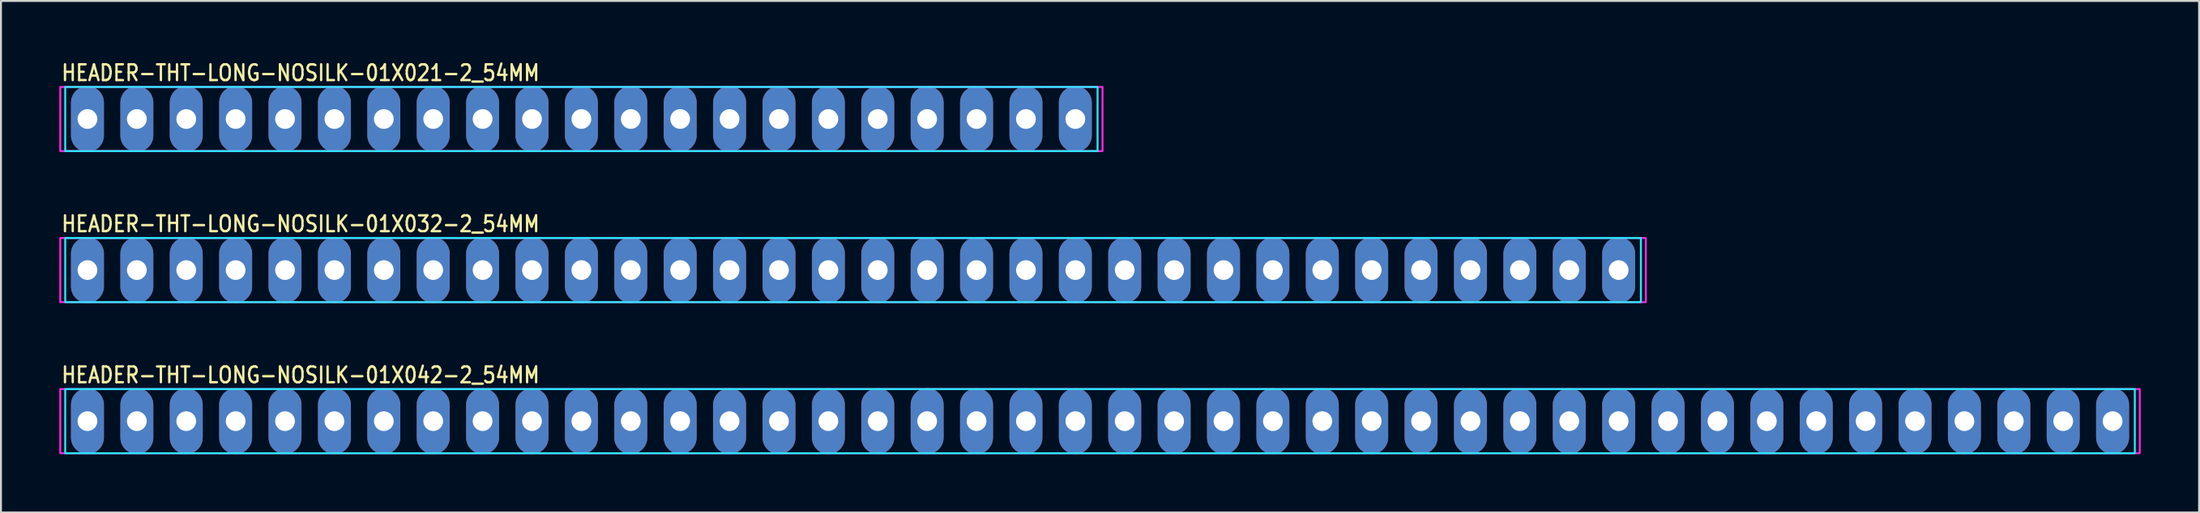
<source format=kicad_pcb>
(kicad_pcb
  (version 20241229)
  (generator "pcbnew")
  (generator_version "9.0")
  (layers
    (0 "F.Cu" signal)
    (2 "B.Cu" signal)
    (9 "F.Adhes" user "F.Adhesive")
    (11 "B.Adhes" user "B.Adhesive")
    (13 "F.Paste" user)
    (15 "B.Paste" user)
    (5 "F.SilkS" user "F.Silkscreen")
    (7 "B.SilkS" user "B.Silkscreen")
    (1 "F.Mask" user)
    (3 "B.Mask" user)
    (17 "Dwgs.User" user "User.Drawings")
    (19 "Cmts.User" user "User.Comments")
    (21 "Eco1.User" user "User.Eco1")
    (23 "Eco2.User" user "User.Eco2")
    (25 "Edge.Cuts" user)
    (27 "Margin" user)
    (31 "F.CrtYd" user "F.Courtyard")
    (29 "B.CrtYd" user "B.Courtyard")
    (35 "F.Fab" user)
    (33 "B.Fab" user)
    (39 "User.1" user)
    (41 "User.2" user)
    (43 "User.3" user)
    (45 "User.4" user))
  (footprint "HEADER-THT-LONG-NOSILK-01X032-2_54MM"
    (layer "F.Cu")
    (at 1.447 10.858)
    (property "Reference" "HEADER-THT-LONG-NOSILK-01X032-2_54MM" (at -1.4 -1.9 0) (unlocked yes) (layer "F.SilkS") (effects (font (size 0.813 0.695) (thickness 0.122)) (justify left bottom)))
    (fp_poly (pts (xy -1.143 -1.651) (xy 79.883 -1.651) (xy 79.883 1.651) (xy -1.143 1.651)) (stroke (width 0.1) (type solid)) (fill no) (layer "B.CrtYd"))
    (fp_poly (pts (xy -1.397 -1.651) (xy 80.137 -1.651) (xy 80.137 1.651) (xy -1.397 1.651)) (stroke (width 0.1) (type solid)) (fill no) (layer "F.CrtYd"))
    (pad "P$1" thru_hole oval (at 0 0 90) (size 3.387 1.693) (drill 1.016) (layers "*.Cu" "*.Mask"))
    (pad "P$2" thru_hole oval (at 2.54 0 90) (size 3.387 1.693) (drill 1.016) (layers "*.Cu" "*.Mask"))
    (pad "P$3" thru_hole oval (at 5.08 0 90) (size 3.387 1.693) (drill 1.016) (layers "*.Cu" "*.Mask"))
    (pad "P$4" thru_hole oval (at 7.62 0 90) (size 3.387 1.693) (drill 1.016) (layers "*.Cu" "*.Mask"))
    (pad "P$5" thru_hole oval (at 10.16 0 90) (size 3.387 1.693) (drill 1.016) (layers "*.Cu" "*.Mask"))
    (pad "P$6" thru_hole oval (at 12.7 0 90) (size 3.387 1.693) (drill 1.016) (layers "*.Cu" "*.Mask"))
    (pad "P$7" thru_hole oval (at 15.24 0 90) (size 3.387 1.693) (drill 1.016) (layers "*.Cu" "*.Mask"))
    (pad "P$8" thru_hole oval (at 17.78 0 90) (size 3.387 1.693) (drill 1.016) (layers "*.Cu" "*.Mask"))
    (pad "P$9" thru_hole oval (at 20.32 0 90) (size 3.387 1.693) (drill 1.016) (layers "*.Cu" "*.Mask"))
    (pad "P$10" thru_hole oval (at 22.86 0 90) (size 3.387 1.693) (drill 1.016) (layers "*.Cu" "*.Mask"))
    (pad "P$11" thru_hole oval (at 25.4 0 90) (size 3.387 1.693) (drill 1.016) (layers "*.Cu" "*.Mask"))
    (pad "P$12" thru_hole oval (at 27.94 0 90) (size 3.387 1.693) (drill 1.016) (layers "*.Cu" "*.Mask"))
    (pad "P$13" thru_hole oval (at 30.48 0 90) (size 3.387 1.693) (drill 1.016) (layers "*.Cu" "*.Mask"))
    (pad "P$14" thru_hole oval (at 33.02 0 90) (size 3.387 1.693) (drill 1.016) (layers "*.Cu" "*.Mask"))
    (pad "P$15" thru_hole oval (at 35.56 0 90) (size 3.387 1.693) (drill 1.016) (layers "*.Cu" "*.Mask"))
    (pad "P$16" thru_hole oval (at 38.1 0 90) (size 3.387 1.693) (drill 1.016) (layers "*.Cu" "*.Mask"))
    (pad "P$17" thru_hole oval (at 40.64 0 90) (size 3.387 1.693) (drill 1.016) (layers "*.Cu" "*.Mask"))
    (pad "P$18" thru_hole oval (at 43.18 0 90) (size 3.387 1.693) (drill 1.016) (layers "*.Cu" "*.Mask"))
    (pad "P$19" thru_hole oval (at 45.72 0 90) (size 3.387 1.693) (drill 1.016) (layers "*.Cu" "*.Mask"))
    (pad "P$20" thru_hole oval (at 48.26 0 90) (size 3.387 1.693) (drill 1.016) (layers "*.Cu" "*.Mask"))
    (pad "P$21" thru_hole oval (at 50.8 0 90) (size 3.387 1.693) (drill 1.016) (layers "*.Cu" "*.Mask"))
    (pad "P$22" thru_hole oval (at 53.34 0 90) (size 3.387 1.693) (drill 1.016) (layers "*.Cu" "*.Mask"))
    (pad "P$23" thru_hole oval (at 55.88 0 90) (size 3.387 1.693) (drill 1.016) (layers "*.Cu" "*.Mask"))
    (pad "P$24" thru_hole oval (at 58.42 0 90) (size 3.387 1.693) (drill 1.016) (layers "*.Cu" "*.Mask"))
    (pad "P$25" thru_hole oval (at 60.96 0 90) (size 3.387 1.693) (drill 1.016) (layers "*.Cu" "*.Mask"))
    (pad "P$26" thru_hole oval (at 63.5 0 90) (size 3.387 1.693) (drill 1.016) (layers "*.Cu" "*.Mask"))
    (pad "P$27" thru_hole oval (at 66.04 0 90) (size 3.387 1.693) (drill 1.016) (layers "*.Cu" "*.Mask"))
    (pad "P$28" thru_hole oval (at 68.58 0 90) (size 3.387 1.693) (drill 1.016) (layers "*.Cu" "*.Mask"))
    (pad "P$29" thru_hole oval (at 71.12 0 90) (size 3.387 1.693) (drill 1.016) (layers "*.Cu" "*.Mask"))
    (pad "P$30" thru_hole oval (at 73.66 0 90) (size 3.387 1.693) (drill 1.016) (layers "*.Cu" "*.Mask"))
    (pad "P$31" thru_hole oval (at 76.2 0 90) (size 3.387 1.693) (drill 1.016) (layers "*.Cu" "*.Mask"))
    (pad "P$32" thru_hole oval (at 78.74 0 90) (size 3.387 1.693) (drill 1.016) (layers "*.Cu" "*.Mask")))
  (footprint "HEADER-THT-LONG-NOSILK-01X042-2_54MM"
    (layer "F.Cu")
    (at 1.447 18.638)
    (property "Reference" "HEADER-THT-LONG-NOSILK-01X042-2_54MM" (at -1.4 -1.9 0) (unlocked yes) (layer "F.SilkS") (effects (font (size 0.813 0.695) (thickness 0.122)) (justify left bottom)))
    (fp_poly (pts (xy -1.143 -1.651) (xy 105.283 -1.651) (xy 105.283 1.651) (xy -1.143 1.651)) (stroke (width 0.1) (type solid)) (fill no) (layer "B.CrtYd"))
    (fp_poly (pts (xy -1.397 -1.651) (xy 105.537 -1.651) (xy 105.537 1.651) (xy -1.397 1.651)) (stroke (width 0.1) (type solid)) (fill no) (layer "F.CrtYd"))
    (pad "P$1" thru_hole oval (at 0 0 90) (size 3.387 1.693) (drill 1.016) (layers "*.Cu" "*.Mask"))
    (pad "P$2" thru_hole oval (at 2.54 0 90) (size 3.387 1.693) (drill 1.016) (layers "*.Cu" "*.Mask"))
    (pad "P$3" thru_hole oval (at 5.08 0 90) (size 3.387 1.693) (drill 1.016) (layers "*.Cu" "*.Mask"))
    (pad "P$4" thru_hole oval (at 7.62 0 90) (size 3.387 1.693) (drill 1.016) (layers "*.Cu" "*.Mask"))
    (pad "P$5" thru_hole oval (at 10.16 0 90) (size 3.387 1.693) (drill 1.016) (layers "*.Cu" "*.Mask"))
    (pad "P$6" thru_hole oval (at 12.7 0 90) (size 3.387 1.693) (drill 1.016) (layers "*.Cu" "*.Mask"))
    (pad "P$7" thru_hole oval (at 15.24 0 90) (size 3.387 1.693) (drill 1.016) (layers "*.Cu" "*.Mask"))
    (pad "P$8" thru_hole oval (at 17.78 0 90) (size 3.387 1.693) (drill 1.016) (layers "*.Cu" "*.Mask"))
    (pad "P$9" thru_hole oval (at 20.32 0 90) (size 3.387 1.693) (drill 1.016) (layers "*.Cu" "*.Mask"))
    (pad "P$10" thru_hole oval (at 22.86 0 90) (size 3.387 1.693) (drill 1.016) (layers "*.Cu" "*.Mask"))
    (pad "P$11" thru_hole oval (at 25.4 0 90) (size 3.387 1.693) (drill 1.016) (layers "*.Cu" "*.Mask"))
    (pad "P$12" thru_hole oval (at 27.94 0 90) (size 3.387 1.693) (drill 1.016) (layers "*.Cu" "*.Mask"))
    (pad "P$13" thru_hole oval (at 30.48 0 90) (size 3.387 1.693) (drill 1.016) (layers "*.Cu" "*.Mask"))
    (pad "P$14" thru_hole oval (at 33.02 0 90) (size 3.387 1.693) (drill 1.016) (layers "*.Cu" "*.Mask"))
    (pad "P$15" thru_hole oval (at 35.56 0 90) (size 3.387 1.693) (drill 1.016) (layers "*.Cu" "*.Mask"))
    (pad "P$16" thru_hole oval (at 38.1 0 90) (size 3.387 1.693) (drill 1.016) (layers "*.Cu" "*.Mask"))
    (pad "P$17" thru_hole oval (at 40.64 0 90) (size 3.387 1.693) (drill 1.016) (layers "*.Cu" "*.Mask"))
    (pad "P$18" thru_hole oval (at 43.18 0 90) (size 3.387 1.693) (drill 1.016) (layers "*.Cu" "*.Mask"))
    (pad "P$19" thru_hole oval (at 45.72 0 90) (size 3.387 1.693) (drill 1.016) (layers "*.Cu" "*.Mask"))
    (pad "P$20" thru_hole oval (at 48.26 0 90) (size 3.387 1.693) (drill 1.016) (layers "*.Cu" "*.Mask"))
    (pad "P$21" thru_hole oval (at 50.8 0 90) (size 3.387 1.693) (drill 1.016) (layers "*.Cu" "*.Mask"))
    (pad "P$22" thru_hole oval (at 53.34 0 90) (size 3.387 1.693) (drill 1.016) (layers "*.Cu" "*.Mask"))
    (pad "P$23" thru_hole oval (at 55.88 0 90) (size 3.387 1.693) (drill 1.016) (layers "*.Cu" "*.Mask"))
    (pad "P$24" thru_hole oval (at 58.42 0 90) (size 3.387 1.693) (drill 1.016) (layers "*.Cu" "*.Mask"))
    (pad "P$25" thru_hole oval (at 60.96 0 90) (size 3.387 1.693) (drill 1.016) (layers "*.Cu" "*.Mask"))
    (pad "P$26" thru_hole oval (at 63.5 0 90) (size 3.387 1.693) (drill 1.016) (layers "*.Cu" "*.Mask"))
    (pad "P$27" thru_hole oval (at 66.04 0 90) (size 3.387 1.693) (drill 1.016) (layers "*.Cu" "*.Mask"))
    (pad "P$28" thru_hole oval (at 68.58 0 90) (size 3.387 1.693) (drill 1.016) (layers "*.Cu" "*.Mask"))
    (pad "P$29" thru_hole oval (at 71.12 0 90) (size 3.387 1.693) (drill 1.016) (layers "*.Cu" "*.Mask"))
    (pad "P$30" thru_hole oval (at 73.66 0 90) (size 3.387 1.693) (drill 1.016) (layers "*.Cu" "*.Mask"))
    (pad "P$31" thru_hole oval (at 76.2 0 90) (size 3.387 1.693) (drill 1.016) (layers "*.Cu" "*.Mask"))
    (pad "P$32" thru_hole oval (at 78.74 0 90) (size 3.387 1.693) (drill 1.016) (layers "*.Cu" "*.Mask"))
    (pad "P$33" thru_hole oval (at 81.28 0 90) (size 3.387 1.693) (drill 1.016) (layers "*.Cu" "*.Mask"))
    (pad "P$34" thru_hole oval (at 83.82 0 90) (size 3.387 1.693) (drill 1.016) (layers "*.Cu" "*.Mask"))
    (pad "P$35" thru_hole oval (at 86.36 0 90) (size 3.387 1.693) (drill 1.016) (layers "*.Cu" "*.Mask"))
    (pad "P$36" thru_hole oval (at 88.9 0 90) (size 3.387 1.693) (drill 1.016) (layers "*.Cu" "*.Mask"))
    (pad "P$37" thru_hole oval (at 91.44 0 90) (size 3.387 1.693) (drill 1.016) (layers "*.Cu" "*.Mask"))
    (pad "P$38" thru_hole oval (at 93.98 0 90) (size 3.387 1.693) (drill 1.016) (layers "*.Cu" "*.Mask"))
    (pad "P$39" thru_hole oval (at 96.52 0 90) (size 3.387 1.693) (drill 1.016) (layers "*.Cu" "*.Mask"))
    (pad "P$40" thru_hole oval (at 99.06 0 90) (size 3.387 1.693) (drill 1.016) (layers "*.Cu" "*.Mask"))
    (pad "P$41" thru_hole oval (at 101.6 0 90) (size 3.387 1.693) (drill 1.016) (layers "*.Cu" "*.Mask"))
    (pad "P$42" thru_hole oval (at 104.14 0 90) (size 3.387 1.693) (drill 1.016) (layers "*.Cu" "*.Mask")))
  (footprint "HEADER-THT-LONG-NOSILK-01X021-2_54MM"
    (layer "F.Cu")
    (at 1.447 3.079)
    (property "Reference" "HEADER-THT-LONG-NOSILK-01X021-2_54MM" (at -1.4 -1.9 0) (unlocked yes) (layer "F.SilkS") (effects (font (size 0.813 0.695) (thickness 0.122)) (justify left bottom)))
    (fp_poly (pts (xy -1.143 -1.651) (xy 51.943 -1.651) (xy 51.943 1.651) (xy -1.143 1.651)) (stroke (width 0.1) (type solid)) (fill no) (layer "B.CrtYd"))
    (fp_poly (pts (xy -1.397 -1.651) (xy 52.197 -1.651) (xy 52.197 1.651) (xy -1.397 1.651)) (stroke (width 0.1) (type solid)) (fill no) (layer "F.CrtYd"))
    (pad "P$1" thru_hole oval (at 0 0 90) (size 3.387 1.693) (drill 1.016) (layers "*.Cu" "*.Mask"))
    (pad "P$2" thru_hole oval (at 2.54 0 90) (size 3.387 1.693) (drill 1.016) (layers "*.Cu" "*.Mask"))
    (pad "P$3" thru_hole oval (at 5.08 0 90) (size 3.387 1.693) (drill 1.016) (layers "*.Cu" "*.Mask"))
    (pad "P$4" thru_hole oval (at 7.62 0 90) (size 3.387 1.693) (drill 1.016) (layers "*.Cu" "*.Mask"))
    (pad "P$5" thru_hole oval (at 10.16 0 90) (size 3.387 1.693) (drill 1.016) (layers "*.Cu" "*.Mask"))
    (pad "P$6" thru_hole oval (at 12.7 0 90) (size 3.387 1.693) (drill 1.016) (layers "*.Cu" "*.Mask"))
    (pad "P$7" thru_hole oval (at 15.24 0 90) (size 3.387 1.693) (drill 1.016) (layers "*.Cu" "*.Mask"))
    (pad "P$8" thru_hole oval (at 17.78 0 90) (size 3.387 1.693) (drill 1.016) (layers "*.Cu" "*.Mask"))
    (pad "P$9" thru_hole oval (at 20.32 0 90) (size 3.387 1.693) (drill 1.016) (layers "*.Cu" "*.Mask"))
    (pad "P$10" thru_hole oval (at 22.86 0 90) (size 3.387 1.693) (drill 1.016) (layers "*.Cu" "*.Mask"))
    (pad "P$11" thru_hole oval (at 25.4 0 90) (size 3.387 1.693) (drill 1.016) (layers "*.Cu" "*.Mask"))
    (pad "P$12" thru_hole oval (at 27.94 0 90) (size 3.387 1.693) (drill 1.016) (layers "*.Cu" "*.Mask"))
    (pad "P$13" thru_hole oval (at 30.48 0 90) (size 3.387 1.693) (drill 1.016) (layers "*.Cu" "*.Mask"))
    (pad "P$14" thru_hole oval (at 33.02 0 90) (size 3.387 1.693) (drill 1.016) (layers "*.Cu" "*.Mask"))
    (pad "P$15" thru_hole oval (at 35.56 0 90) (size 3.387 1.693) (drill 1.016) (layers "*.Cu" "*.Mask"))
    (pad "P$16" thru_hole oval (at 38.1 0 90) (size 3.387 1.693) (drill 1.016) (layers "*.Cu" "*.Mask"))
    (pad "P$17" thru_hole oval (at 40.64 0 90) (size 3.387 1.693) (drill 1.016) (layers "*.Cu" "*.Mask"))
    (pad "P$18" thru_hole oval (at 43.18 0 90) (size 3.387 1.693) (drill 1.016) (layers "*.Cu" "*.Mask"))
    (pad "P$19" thru_hole oval (at 45.72 0 90) (size 3.387 1.693) (drill 1.016) (layers "*.Cu" "*.Mask"))
    (pad "P$20" thru_hole oval (at 48.26 0 90) (size 3.387 1.693) (drill 1.016) (layers "*.Cu" "*.Mask"))
    (pad "P$21" thru_hole oval (at 50.8 0 90) (size 3.387 1.693) (drill 1.016) (layers "*.Cu" "*.Mask")))
  (gr_rect
    (start -3 -3)
    (end 110.034 23.339)
    (stroke (width 0.1) (type default))
    (fill no)
    (layer "Edge.Cuts")))
</source>
